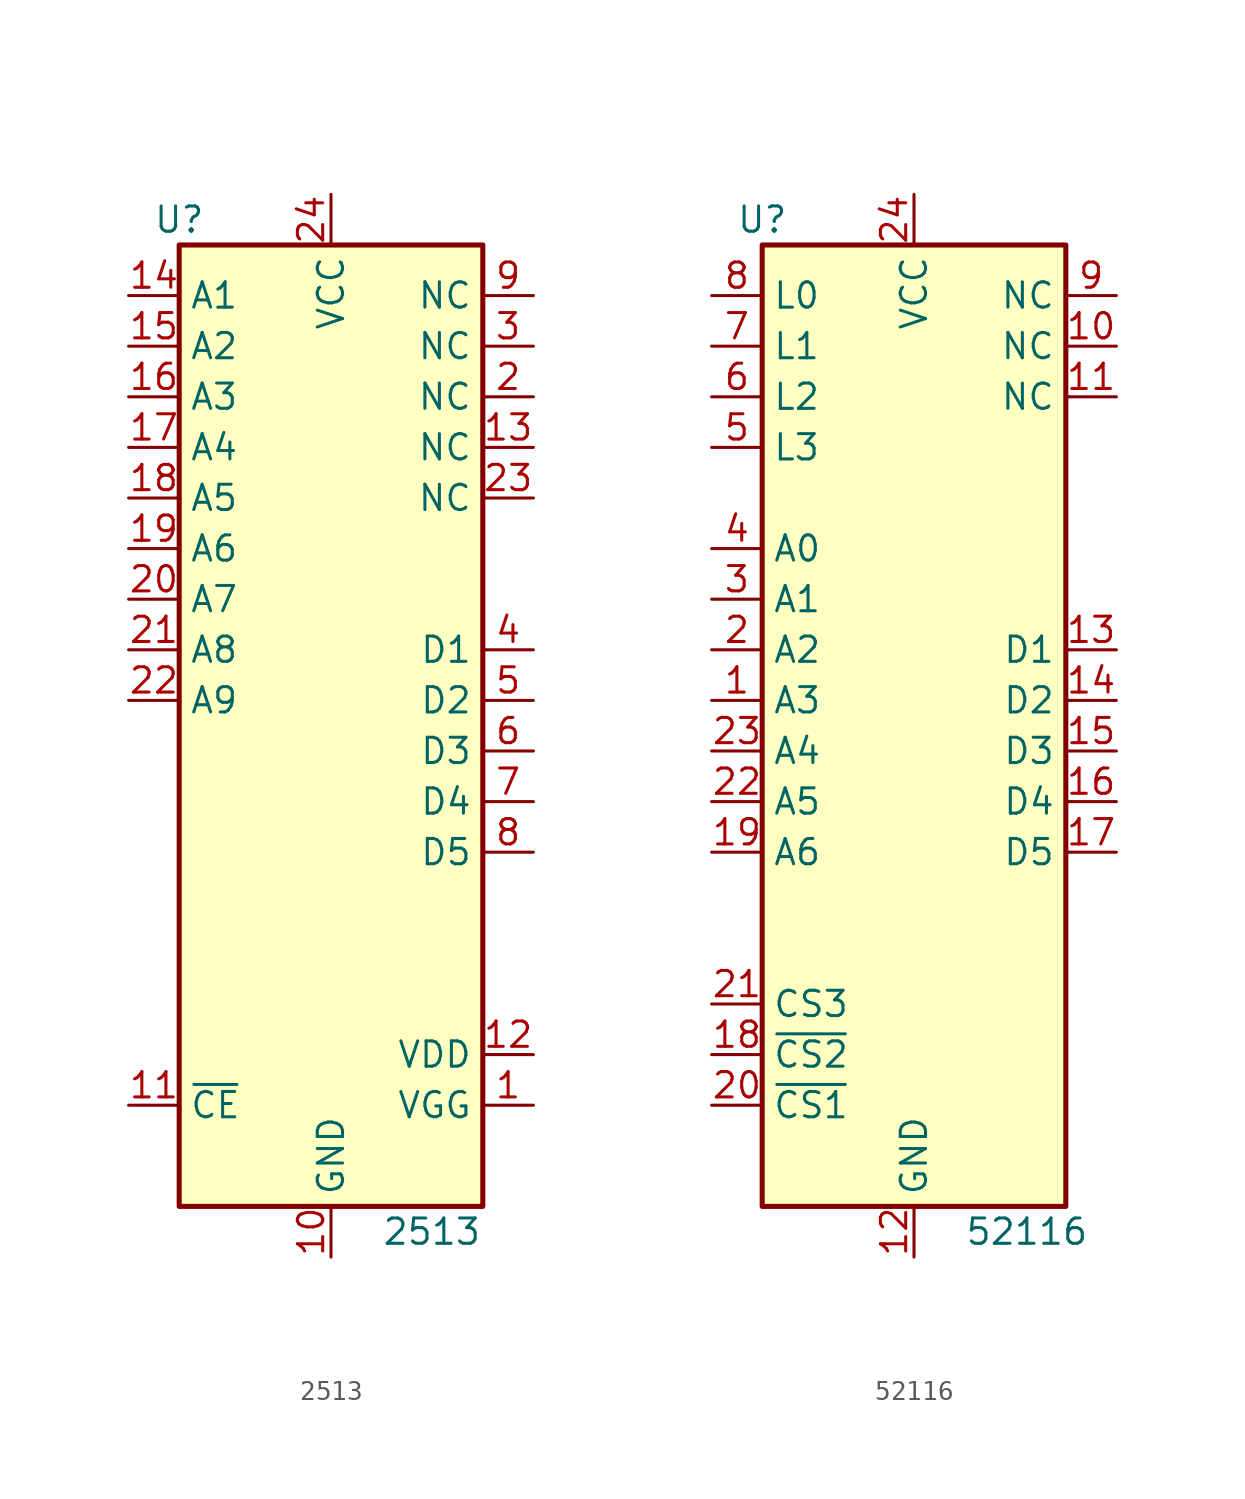
<source format=kicad_sym>
(kicad_symbol_lib
  (version 20231120)
  (generator "kicad_symbol_editor")
  (generator_version "8.0")
  (symbol "2513"
    (property "Reference" "U"
      (at -7.62 24.13 0)
      (effects (font (size 1.27 1.27))))
    (property "Value" "2513"
      (at 2.54 -26.67 0)
      (effects (font (size 1.27 1.27)) (justify left)))
    (symbol "2513_1_1"
      (rectangle (start -7.62 22.86) (end 7.62 -25.4) (stroke (width 0.254) (type default)) (fill (type background)))
      (pin power_in line (at 10.16 -20.32 180) (length 2.54) (name "VGG" (effects (font (size 1.27 1.27)))) (number "1" (effects (font (size 1.27 1.27)))))
      (pin power_in line (at 0 -27.94 90) (length 2.54) (name "GND" (effects (font (size 1.27 1.27)))) (number "10" (effects (font (size 1.27 1.27)))))
      (pin input line (at -10.16 -20.32 0) (length 2.54) (name "~{CE}" (effects (font (size 1.27 1.27)))) (number "11" (effects (font (size 1.27 1.27)))))
      (pin power_in line (at 10.16 -17.78 180) (length 2.54) (name "VDD" (effects (font (size 1.27 1.27)))) (number "12" (effects (font (size 1.27 1.27)))))
      (pin output line (at 10.16 12.7 180) (length 2.54) (name "NC" (effects (font (size 1.27 1.27)))) (number "13" (effects (font (size 1.27 1.27)))))
      (pin input line (at -10.16 20.32 0) (length 2.54) (name "A1" (effects (font (size 1.27 1.27)))) (number "14" (effects (font (size 1.27 1.27)))))
      (pin input line (at -10.16 17.78 0) (length 2.54) (name "A2" (effects (font (size 1.27 1.27)))) (number "15" (effects (font (size 1.27 1.27)))))
      (pin input line (at -10.16 15.24 0) (length 2.54) (name "A3" (effects (font (size 1.27 1.27)))) (number "16" (effects (font (size 1.27 1.27)))))
      (pin input line (at -10.16 12.7 0) (length 2.54) (name "A4" (effects (font (size 1.27 1.27)))) (number "17" (effects (font (size 1.27 1.27)))))
      (pin input line (at -10.16 10.16 0) (length 2.54) (name "A5" (effects (font (size 1.27 1.27)))) (number "18" (effects (font (size 1.27 1.27)))))
      (pin input line (at -10.16 7.62 0) (length 2.54) (name "A6" (effects (font (size 1.27 1.27)))) (number "19" (effects (font (size 1.27 1.27)))))
      (pin output line (at 10.16 15.24 180) (length 2.54) (name "NC" (effects (font (size 1.27 1.27)))) (number "2" (effects (font (size 1.27 1.27)))))
      (pin input line (at -10.16 5.08 0) (length 2.54) (name "A7" (effects (font (size 1.27 1.27)))) (number "20" (effects (font (size 1.27 1.27)))))
      (pin input line (at -10.16 2.54 0) (length 2.54) (name "A8" (effects (font (size 1.27 1.27)))) (number "21" (effects (font (size 1.27 1.27)))))
      (pin input line (at -10.16 0 0) (length 2.54) (name "A9" (effects (font (size 1.27 1.27)))) (number "22" (effects (font (size 1.27 1.27)))))
      (pin output line (at 10.16 10.16 180) (length 2.54) (name "NC" (effects (font (size 1.27 1.27)))) (number "23" (effects (font (size 1.27 1.27)))))
      (pin power_in line (at 0 25.4 270) (length 2.54) (name "VCC" (effects (font (size 1.27 1.27)))) (number "24" (effects (font (size 1.27 1.27)))))
      (pin output line (at 10.16 17.78 180) (length 2.54) (name "NC" (effects (font (size 1.27 1.27)))) (number "3" (effects (font (size 1.27 1.27)))))
      (pin tri_state line (at 10.16 2.54 180) (length 2.54) (name "D1" (effects (font (size 1.27 1.27)))) (number "4" (effects (font (size 1.27 1.27)))))
      (pin tri_state line (at 10.16 0 180) (length 2.54) (name "D2" (effects (font (size 1.27 1.27)))) (number "5" (effects (font (size 1.27 1.27)))))
      (pin tri_state line (at 10.16 -2.54 180) (length 2.54) (name "D3" (effects (font (size 1.27 1.27)))) (number "6" (effects (font (size 1.27 1.27)))))
      (pin tri_state line (at 10.16 -5.08 180) (length 2.54) (name "D4" (effects (font (size 1.27 1.27)))) (number "7" (effects (font (size 1.27 1.27)))))
      (pin tri_state line (at 10.16 -7.62 180) (length 2.54) (name "D5" (effects (font (size 1.27 1.27)))) (number "8" (effects (font (size 1.27 1.27)))))
      (pin output line (at 10.16 20.32 180) (length 2.54) (name "NC" (effects (font (size 1.27 1.27)))) (number "9" (effects (font (size 1.27 1.27)))))))
  (symbol "52116"
    (property "Reference" "U"
      (at -7.62 24.13 0)
      (effects (font (size 1.27 1.27))))
    (property "Value" "52116"
      (at 2.54 -26.67 0)
      (effects (font (size 1.27 1.27)) (justify left)))
    (symbol "52116_1_1"
      (rectangle (start -7.62 22.86) (end 7.62 -25.4) (stroke (width 0.254) (type default)) (fill (type background)))
      (pin input line (at -10.16 0 0) (length 2.54) (name "A3" (effects (font (size 1.27 1.27)))) (number "1" (effects (font (size 1.27 1.27)))))
      (pin output line (at 10.16 17.78 180) (length 2.54) (name "NC" (effects (font (size 1.27 1.27)))) (number "10" (effects (font (size 1.27 1.27)))))
      (pin output line (at 10.16 15.24 180) (length 2.54) (name "NC" (effects (font (size 1.27 1.27)))) (number "11" (effects (font (size 1.27 1.27)))))
      (pin power_in line (at 0 -27.94 90) (length 2.54) (name "GND" (effects (font (size 1.27 1.27)))) (number "12" (effects (font (size 1.27 1.27)))))
      (pin tri_state line (at 10.16 2.54 180) (length 2.54) (name "D1" (effects (font (size 1.27 1.27)))) (number "13" (effects (font (size 1.27 1.27)))))
      (pin tri_state line (at 10.16 0 180) (length 2.54) (name "D2" (effects (font (size 1.27 1.27)))) (number "14" (effects (font (size 1.27 1.27)))))
      (pin tri_state line (at 10.16 -2.54 180) (length 2.54) (name "D3" (effects (font (size 1.27 1.27)))) (number "15" (effects (font (size 1.27 1.27)))))
      (pin tri_state line (at 10.16 -5.08 180) (length 2.54) (name "D4" (effects (font (size 1.27 1.27)))) (number "16" (effects (font (size 1.27 1.27)))))
      (pin tri_state line (at 10.16 -7.62 180) (length 2.54) (name "D5" (effects (font (size 1.27 1.27)))) (number "17" (effects (font (size 1.27 1.27)))))
      (pin input line (at -10.16 -17.78 0) (length 2.54) (name "~{CS2}" (effects (font (size 1.27 1.27)))) (number "18" (effects (font (size 1.27 1.27)))))
      (pin input line (at -10.16 -7.62 0) (length 2.54) (name "A6" (effects (font (size 1.27 1.27)))) (number "19" (effects (font (size 1.27 1.27)))))
      (pin input line (at -10.16 2.54 0) (length 2.54) (name "A2" (effects (font (size 1.27 1.27)))) (number "2" (effects (font (size 1.27 1.27)))))
      (pin input line (at -10.16 -20.32 0) (length 2.54) (name "~{CS1}" (effects (font (size 1.27 1.27)))) (number "20" (effects (font (size 1.27 1.27)))))
      (pin input line (at -10.16 -15.24 0) (length 2.54) (name "CS3" (effects (font (size 1.27 1.27)))) (number "21" (effects (font (size 1.27 1.27)))))
      (pin input line (at -10.16 -5.08 0) (length 2.54) (name "A5" (effects (font (size 1.27 1.27)))) (number "22" (effects (font (size 1.27 1.27)))))
      (pin input line (at -10.16 -2.54 0) (length 2.54) (name "A4" (effects (font (size 1.27 1.27)))) (number "23" (effects (font (size 1.27 1.27)))))
      (pin power_in line (at 0 25.4 270) (length 2.54) (name "VCC" (effects (font (size 1.27 1.27)))) (number "24" (effects (font (size 1.27 1.27)))))
      (pin input line (at -10.16 5.08 0) (length 2.54) (name "A1" (effects (font (size 1.27 1.27)))) (number "3" (effects (font (size 1.27 1.27)))))
      (pin input line (at -10.16 7.62 0) (length 2.54) (name "A0" (effects (font (size 1.27 1.27)))) (number "4" (effects (font (size 1.27 1.27)))))
      (pin input line (at -10.16 12.7 0) (length 2.54) (name "L3" (effects (font (size 1.27 1.27)))) (number "5" (effects (font (size 1.27 1.27)))))
      (pin input line (at -10.16 15.24 0) (length 2.54) (name "L2" (effects (font (size 1.27 1.27)))) (number "6" (effects (font (size 1.27 1.27)))))
      (pin input line (at -10.16 17.78 0) (length 2.54) (name "L1" (effects (font (size 1.27 1.27)))) (number "7" (effects (font (size 1.27 1.27)))))
      (pin input line (at -10.16 20.32 0) (length 2.54) (name "L0" (effects (font (size 1.27 1.27)))) (number "8" (effects (font (size 1.27 1.27)))))
      (pin output line (at 10.16 20.32 180) (length 2.54) (name "NC" (effects (font (size 1.27 1.27)))) (number "9" (effects (font (size 1.27 1.27))))))))
</source>
